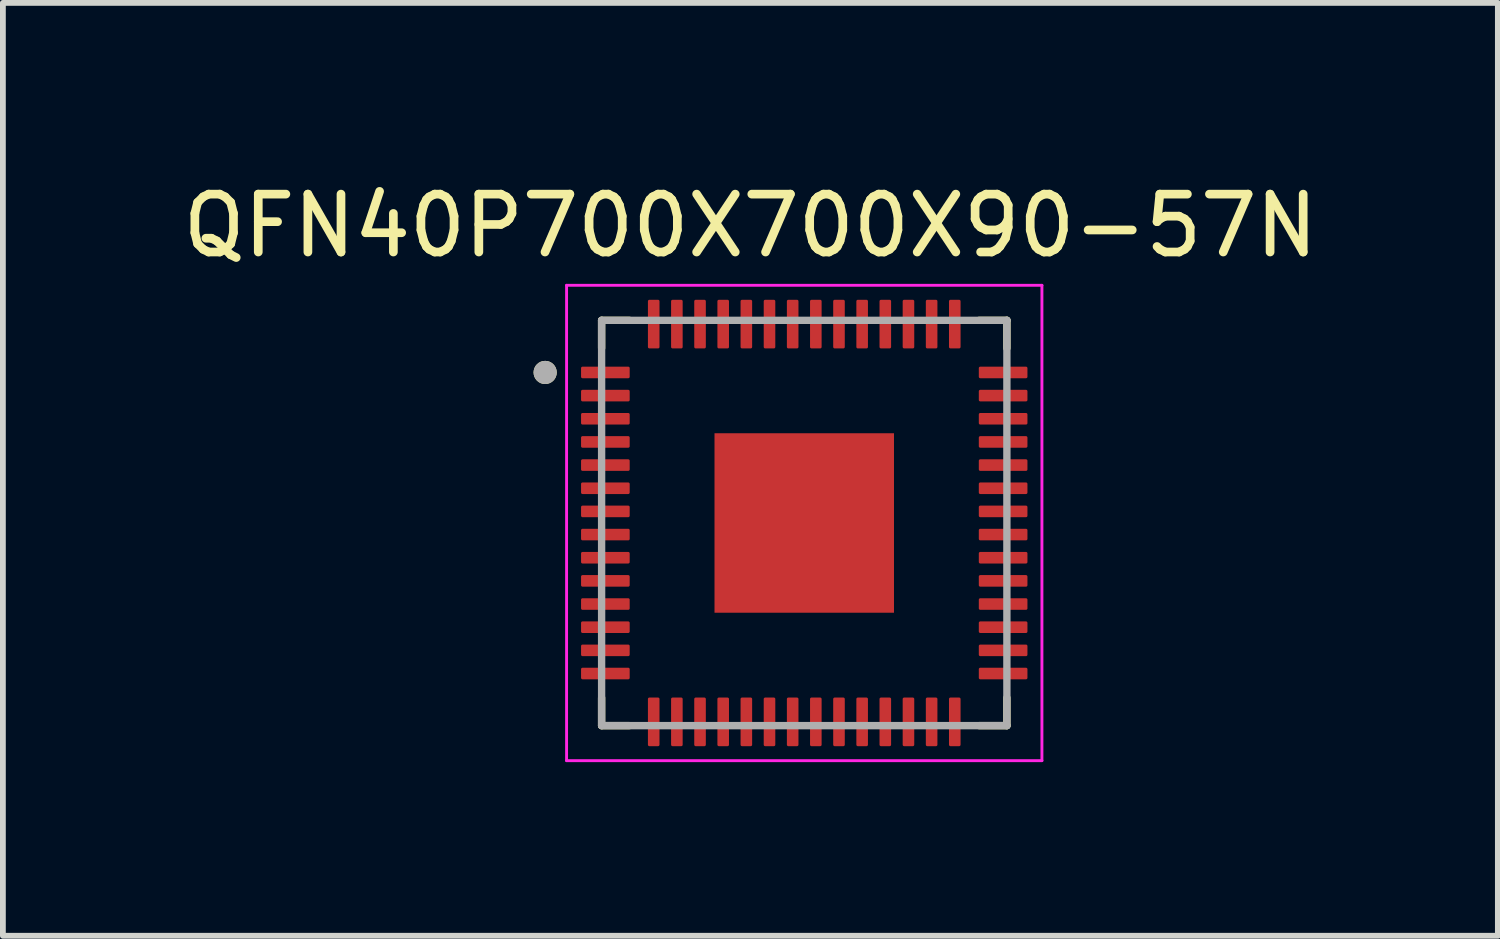
<source format=kicad_pcb>
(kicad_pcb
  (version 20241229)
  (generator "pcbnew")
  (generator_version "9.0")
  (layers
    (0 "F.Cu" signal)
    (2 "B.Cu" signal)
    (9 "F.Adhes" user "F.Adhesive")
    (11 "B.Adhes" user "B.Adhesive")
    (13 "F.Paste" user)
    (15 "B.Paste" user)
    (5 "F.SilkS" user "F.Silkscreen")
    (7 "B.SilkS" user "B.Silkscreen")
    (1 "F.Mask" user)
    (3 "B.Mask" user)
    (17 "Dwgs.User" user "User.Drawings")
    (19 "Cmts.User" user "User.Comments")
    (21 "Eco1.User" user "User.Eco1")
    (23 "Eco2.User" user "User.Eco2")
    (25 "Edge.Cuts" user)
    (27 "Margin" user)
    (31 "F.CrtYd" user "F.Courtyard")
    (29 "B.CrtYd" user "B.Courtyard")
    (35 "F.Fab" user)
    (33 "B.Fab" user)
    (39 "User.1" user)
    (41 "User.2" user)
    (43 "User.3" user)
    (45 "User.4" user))
  (footprint "QFN40P700X700X90-57N"
    (layer "F.Cu")
    (at 10.841 5.983)
    (property "Reference" "QFN40P700X700X90-57N" (at -0.93 -5.135 0) (layer "F.SilkS") (effects (font (size 1 1) (thickness 0.15))))
    (attr smd)
    (fp_line (start -3.5 -3.5) (end -3.5 -3.02) (stroke (width 0.127) (type solid)) (layer "F.SilkS"))
    (fp_line (start -3.5 -3.5) (end -3.02 -3.5) (stroke (width 0.127) (type solid)) (layer "F.SilkS"))
    (fp_line (start -3.5 3.5) (end -3.5 3.02) (stroke (width 0.127) (type solid)) (layer "F.SilkS"))
    (fp_line (start -3.5 3.5) (end -3.02 3.5) (stroke (width 0.127) (type solid)) (layer "F.SilkS"))
    (fp_line (start 3.5 -3.5) (end 3.02 -3.5) (stroke (width 0.127) (type solid)) (layer "F.SilkS"))
    (fp_line (start 3.5 -3.5) (end 3.5 -3.02) (stroke (width 0.127) (type solid)) (layer "F.SilkS"))
    (fp_line (start 3.5 3.5) (end 3.02 3.5) (stroke (width 0.127) (type solid)) (layer "F.SilkS"))
    (fp_line (start 3.5 3.5) (end 3.5 3.02) (stroke (width 0.127) (type solid)) (layer "F.SilkS"))
    (fp_circle (center -4.475 -2.6) (end -4.375 -2.6) (stroke (width 0.2) (type solid)) (fill no) (layer "F.SilkS"))
    (fp_poly (pts (xy -0.98 -0.98) (xy 0.98 -0.98) (xy 0.98 0.98) (xy -0.98 0.98)) (stroke (width 0.01) (type solid)) (fill yes) (layer "F.Paste"))
    (fp_line (start -4.105 -4.105) (end 4.105 -4.105) (stroke (width 0.05) (type solid)) (layer "F.CrtYd"))
    (fp_line (start -4.105 4.105) (end -4.105 -4.105) (stroke (width 0.05) (type solid)) (layer "F.CrtYd"))
    (fp_line (start -4.105 4.105) (end 4.105 4.105) (stroke (width 0.05) (type solid)) (layer "F.CrtYd"))
    (fp_line (start 4.105 4.105) (end 4.105 -4.105) (stroke (width 0.05) (type solid)) (layer "F.CrtYd"))
    (fp_line (start -3.5 3.5) (end -3.5 -3.5) (stroke (width 0.127) (type solid)) (layer "F.Fab"))
    (fp_line (start 3.5 -3.5) (end -3.5 -3.5) (stroke (width 0.127) (type solid)) (layer "F.Fab"))
    (fp_line (start 3.5 3.5) (end -3.5 3.5) (stroke (width 0.127) (type solid)) (layer "F.Fab"))
    (fp_line (start 3.5 3.5) (end 3.5 -3.5) (stroke (width 0.127) (type solid)) (layer "F.Fab"))
    (fp_circle (center -4.475 -2.6) (end -4.375 -2.6) (stroke (width 0.2) (type solid)) (fill no) (layer "F.Fab"))
    (pad "1" smd roundrect (at -3.435 -2.6) (size 0.84 0.2) (layers "F.Cu" "F.Paste") (roundrect_rratio 0.125))
    (pad "2" smd roundrect (at -3.435 -2.2) (size 0.84 0.2) (layers "F.Cu" "F.Paste") (roundrect_rratio 0.125))
    (pad "3" smd roundrect (at -3.435 -1.8) (size 0.84 0.2) (layers "F.Cu" "F.Paste") (roundrect_rratio 0.125))
    (pad "4" smd roundrect (at -3.435 -1.4) (size 0.84 0.2) (layers "F.Cu" "F.Paste") (roundrect_rratio 0.125))
    (pad "5" smd roundrect (at -3.435 -1) (size 0.84 0.2) (layers "F.Cu" "F.Paste") (roundrect_rratio 0.125))
    (pad "6" smd roundrect (at -3.435 -0.6) (size 0.84 0.2) (layers "F.Cu" "F.Paste") (roundrect_rratio 0.125))
    (pad "7" smd roundrect (at -3.435 -0.2) (size 0.84 0.2) (layers "F.Cu" "F.Paste") (roundrect_rratio 0.125))
    (pad "8" smd roundrect (at -3.435 0.2) (size 0.84 0.2) (layers "F.Cu" "F.Paste") (roundrect_rratio 0.125))
    (pad "9" smd roundrect (at -3.435 0.6) (size 0.84 0.2) (layers "F.Cu" "F.Paste") (roundrect_rratio 0.125))
    (pad "10" smd roundrect (at -3.435 1) (size 0.84 0.2) (layers "F.Cu" "F.Paste") (roundrect_rratio 0.125))
    (pad "11" smd roundrect (at -3.435 1.4) (size 0.84 0.2) (layers "F.Cu" "F.Paste") (roundrect_rratio 0.125))
    (pad "12" smd roundrect (at -3.435 1.8) (size 0.84 0.2) (layers "F.Cu" "F.Paste") (roundrect_rratio 0.125))
    (pad "13" smd roundrect (at -3.435 2.2) (size 0.84 0.2) (layers "F.Cu" "F.Paste") (roundrect_rratio 0.125))
    (pad "14" smd roundrect (at -3.435 2.6) (size 0.84 0.2) (layers "F.Cu" "F.Paste") (roundrect_rratio 0.125))
    (pad "15" smd roundrect (at -2.6 3.435) (size 0.2 0.84) (layers "F.Cu" "F.Paste") (roundrect_rratio 0.125))
    (pad "16" smd roundrect (at -2.2 3.435) (size 0.2 0.84) (layers "F.Cu" "F.Paste") (roundrect_rratio 0.125))
    (pad "17" smd roundrect (at -1.8 3.435) (size 0.2 0.84) (layers "F.Cu" "F.Paste") (roundrect_rratio 0.125))
    (pad "18" smd roundrect (at -1.4 3.435) (size 0.2 0.84) (layers "F.Cu" "F.Paste") (roundrect_rratio 0.125))
    (pad "19" smd roundrect (at -1 3.435) (size 0.2 0.84) (layers "F.Cu" "F.Paste") (roundrect_rratio 0.125))
    (pad "20" smd roundrect (at -0.6 3.435) (size 0.2 0.84) (layers "F.Cu" "F.Paste") (roundrect_rratio 0.125))
    (pad "21" smd roundrect (at -0.2 3.435) (size 0.2 0.84) (layers "F.Cu" "F.Paste") (roundrect_rratio 0.125))
    (pad "22" smd roundrect (at 0.2 3.435) (size 0.2 0.84) (layers "F.Cu" "F.Paste") (roundrect_rratio 0.125))
    (pad "23" smd roundrect (at 0.6 3.435) (size 0.2 0.84) (layers "F.Cu" "F.Paste") (roundrect_rratio 0.125))
    (pad "24" smd roundrect (at 1 3.435) (size 0.2 0.84) (layers "F.Cu" "F.Paste") (roundrect_rratio 0.125))
    (pad "25" smd roundrect (at 1.4 3.435) (size 0.2 0.84) (layers "F.Cu" "F.Paste") (roundrect_rratio 0.125))
    (pad "26" smd roundrect (at 1.8 3.435) (size 0.2 0.84) (layers "F.Cu" "F.Paste") (roundrect_rratio 0.125))
    (pad "27" smd roundrect (at 2.2 3.435) (size 0.2 0.84) (layers "F.Cu" "F.Paste") (roundrect_rratio 0.125))
    (pad "28" smd roundrect (at 2.6 3.435) (size 0.2 0.84) (layers "F.Cu" "F.Paste") (roundrect_rratio 0.125))
    (pad "29" smd roundrect (at 3.435 2.6) (size 0.84 0.2) (layers "F.Cu" "F.Paste") (roundrect_rratio 0.125))
    (pad "30" smd roundrect (at 3.435 2.2) (size 0.84 0.2) (layers "F.Cu" "F.Paste") (roundrect_rratio 0.125))
    (pad "31" smd roundrect (at 3.435 1.8) (size 0.84 0.2) (layers "F.Cu" "F.Paste") (roundrect_rratio 0.125))
    (pad "32" smd roundrect (at 3.435 1.4) (size 0.84 0.2) (layers "F.Cu" "F.Paste") (roundrect_rratio 0.125))
    (pad "33" smd roundrect (at 3.435 1) (size 0.84 0.2) (layers "F.Cu" "F.Paste") (roundrect_rratio 0.125))
    (pad "34" smd roundrect (at 3.435 0.6) (size 0.84 0.2) (layers "F.Cu" "F.Paste") (roundrect_rratio 0.125))
    (pad "35" smd roundrect (at 3.435 0.2) (size 0.84 0.2) (layers "F.Cu" "F.Paste") (roundrect_rratio 0.125))
    (pad "36" smd roundrect (at 3.435 -0.2) (size 0.84 0.2) (layers "F.Cu" "F.Paste") (roundrect_rratio 0.125))
    (pad "37" smd roundrect (at 3.435 -0.6) (size 0.84 0.2) (layers "F.Cu" "F.Paste") (roundrect_rratio 0.125))
    (pad "38" smd roundrect (at 3.435 -1) (size 0.84 0.2) (layers "F.Cu" "F.Paste") (roundrect_rratio 0.125))
    (pad "39" smd roundrect (at 3.435 -1.4) (size 0.84 0.2) (layers "F.Cu" "F.Paste") (roundrect_rratio 0.125))
    (pad "40" smd roundrect (at 3.435 -1.8) (size 0.84 0.2) (layers "F.Cu" "F.Paste") (roundrect_rratio 0.125))
    (pad "41" smd roundrect (at 3.435 -2.2) (size 0.84 0.2) (layers "F.Cu" "F.Paste") (roundrect_rratio 0.125))
    (pad "42" smd roundrect (at 3.435 -2.6) (size 0.84 0.2) (layers "F.Cu" "F.Paste") (roundrect_rratio 0.125))
    (pad "43" smd roundrect (at 2.6 -3.435) (size 0.2 0.84) (layers "F.Cu" "F.Paste") (roundrect_rratio 0.125))
    (pad "44" smd roundrect (at 2.2 -3.435) (size 0.2 0.84) (layers "F.Cu" "F.Paste") (roundrect_rratio 0.125))
    (pad "45" smd roundrect (at 1.8 -3.435) (size 0.2 0.84) (layers "F.Cu" "F.Paste") (roundrect_rratio 0.125))
    (pad "46" smd roundrect (at 1.4 -3.435) (size 0.2 0.84) (layers "F.Cu" "F.Paste") (roundrect_rratio 0.125))
    (pad "47" smd roundrect (at 1 -3.435) (size 0.2 0.84) (layers "F.Cu" "F.Paste") (roundrect_rratio 0.125))
    (pad "48" smd roundrect (at 0.6 -3.435) (size 0.2 0.84) (layers "F.Cu" "F.Paste") (roundrect_rratio 0.125))
    (pad "49" smd roundrect (at 0.2 -3.435) (size 0.2 0.84) (layers "F.Cu" "F.Paste") (roundrect_rratio 0.125))
    (pad "50" smd roundrect (at -0.2 -3.435) (size 0.2 0.84) (layers "F.Cu" "F.Paste") (roundrect_rratio 0.125))
    (pad "51" smd roundrect (at -0.6 -3.435) (size 0.2 0.84) (layers "F.Cu" "F.Paste") (roundrect_rratio 0.125))
    (pad "52" smd roundrect (at -1 -3.435) (size 0.2 0.84) (layers "F.Cu" "F.Paste") (roundrect_rratio 0.125))
    (pad "53" smd roundrect (at -1.4 -3.435) (size 0.2 0.84) (layers "F.Cu" "F.Paste") (roundrect_rratio 0.125))
    (pad "54" smd roundrect (at -1.8 -3.435) (size 0.2 0.84) (layers "F.Cu" "F.Paste") (roundrect_rratio 0.125))
    (pad "55" smd roundrect (at -2.2 -3.435) (size 0.2 0.84) (layers "F.Cu" "F.Paste") (roundrect_rratio 0.125))
    (pad "56" smd roundrect (at -2.6 -3.435) (size 0.2 0.84) (layers "F.Cu" "F.Paste") (roundrect_rratio 0.125))
    (pad "57" smd rect (at 0 0) (size 3.1 3.1) (layers "F.Cu" "F.Mask")))
  (gr_rect
    (start -3 -3)
    (end 22.821 13.113)
    (stroke (width 0.1) (type default))
    (fill no)
    (layer "Edge.Cuts")))
</source>
